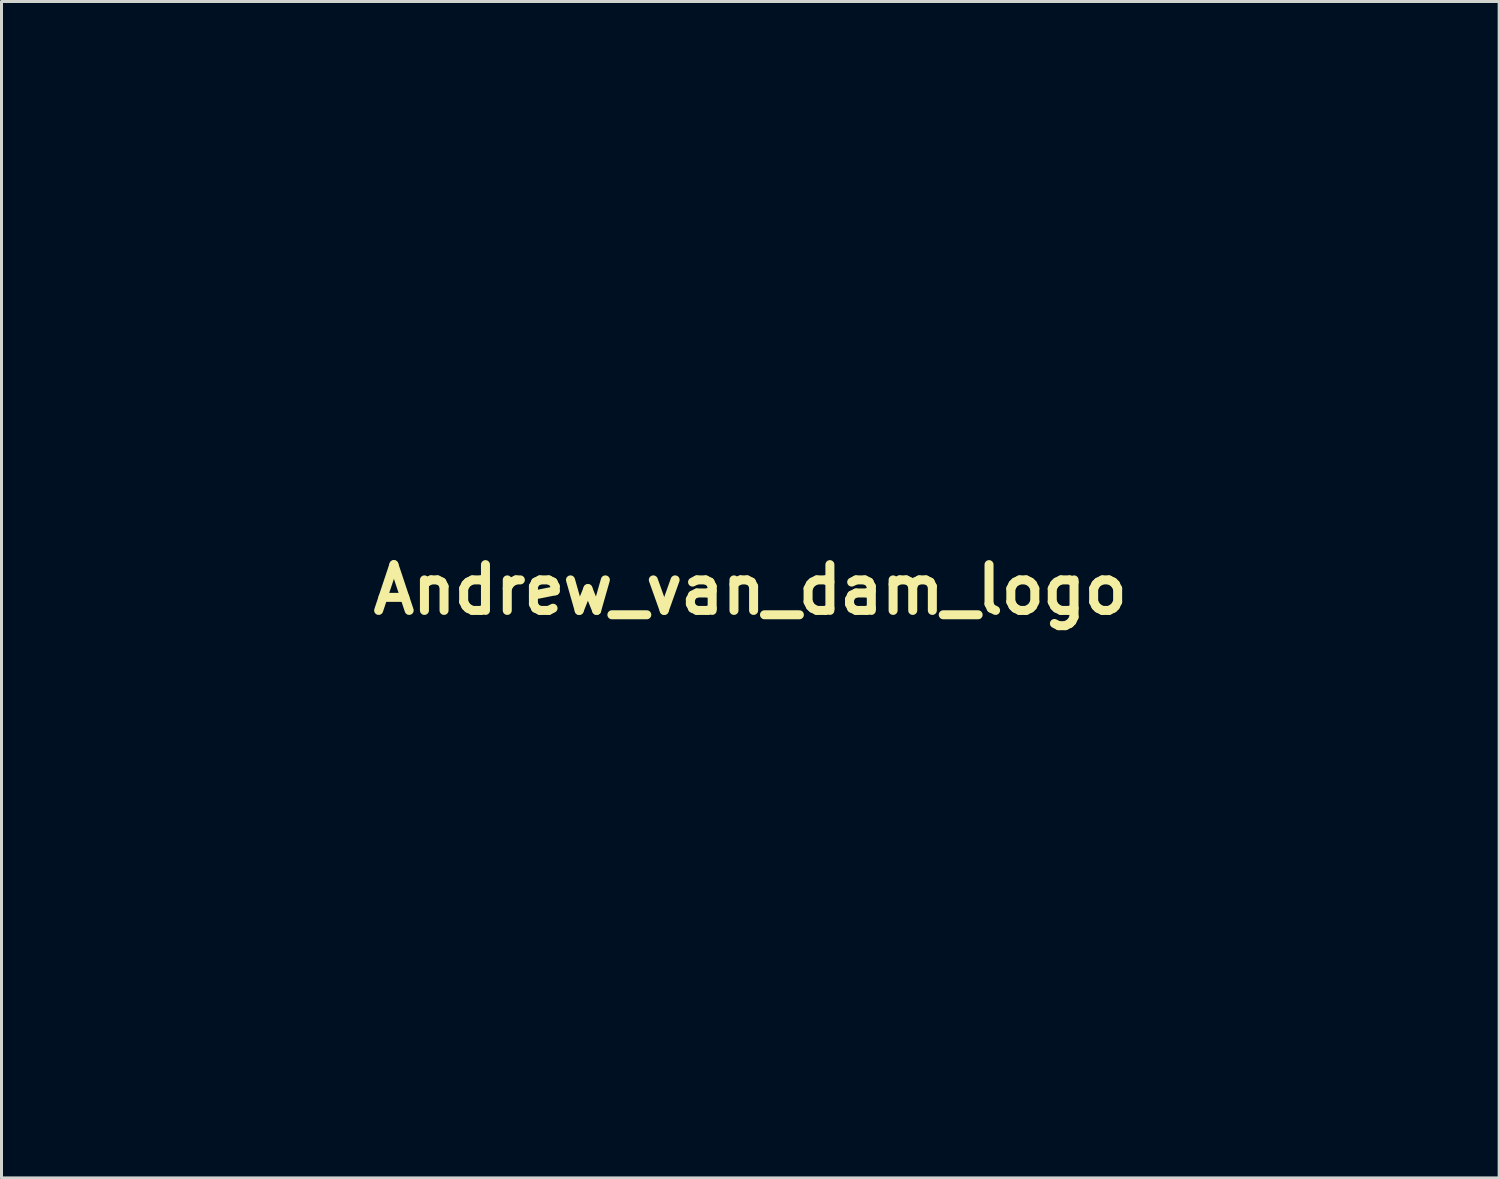
<source format=kicad_pcb>
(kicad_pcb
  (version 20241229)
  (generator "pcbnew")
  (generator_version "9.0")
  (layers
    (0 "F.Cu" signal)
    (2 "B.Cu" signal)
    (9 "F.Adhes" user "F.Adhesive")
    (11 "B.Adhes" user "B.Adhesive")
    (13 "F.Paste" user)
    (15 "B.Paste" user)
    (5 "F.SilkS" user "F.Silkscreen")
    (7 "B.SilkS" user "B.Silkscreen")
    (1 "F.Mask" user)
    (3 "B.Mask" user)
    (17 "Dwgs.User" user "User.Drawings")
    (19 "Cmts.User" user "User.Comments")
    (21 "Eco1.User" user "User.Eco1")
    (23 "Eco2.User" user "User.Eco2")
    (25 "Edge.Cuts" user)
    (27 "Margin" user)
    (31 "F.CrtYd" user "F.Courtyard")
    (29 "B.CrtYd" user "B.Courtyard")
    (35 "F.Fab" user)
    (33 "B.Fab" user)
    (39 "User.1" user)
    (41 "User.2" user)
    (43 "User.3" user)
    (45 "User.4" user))
  (footprint "Andrew_van_dam_logo"
    (layer "F.Cu")
    (at 21.929 16.582)
    (property "Reference" "Andrew_van_dam_logo" (at 0 0 0) (layer "F.SilkS") (effects (font (size 1.524 1.524) (thickness 0.3))))
    (attr through_hole)
    (fp_poly (pts (xy 6.009 -14.044) (xy 6.149 -13.57) (xy 6.149 -13.502) (xy 6.055 -13.013) (xy 5.662 -12.844) (xy 5.401 -12.834) (xy 4.676 -12.716) (xy 4.242 -12.306) (xy 4.042 -11.52) (xy 4.011 -10.775) (xy 4.036 -9.944) (xy 4.143 -9.518) (xy 4.381 -9.369) (xy 4.545 -9.358) (xy 4.992 -9.169) (xy 5.08 -8.823) (xy 5.026 -8.534) (xy 4.785 -8.372) (xy 4.238 -8.303) (xy 3.342 -8.288) (xy 2.402 -8.305) (xy 1.877 -8.379) (xy 1.651 -8.547) (xy 1.604 -8.823) (xy 1.793 -9.27) (xy 2.139 -9.358) (xy 2.42 -9.408) (xy 2.581 -9.636) (xy 2.655 -10.155) (xy 2.674 -11.08) (xy 2.674 -11.229) (xy 2.659 -12.213) (xy 2.594 -12.777) (xy 2.446 -13.034) (xy 2.182 -13.101) (xy 2.139 -13.101) (xy 1.692 -13.29) (xy 1.604 -13.636) (xy 1.694 -13.986) (xy 2.056 -14.14) (xy 2.674 -14.171) (xy 3.408 -14.108) (xy 3.717 -13.897) (xy 3.743 -13.754) (xy 3.791 -13.488) (xy 4.031 -13.55) (xy 4.337 -13.754) (xy 5.021 -14.076) (xy 5.541 -14.171) (xy 6.009 -14.044)) (stroke (width 0.01) (type solid)) (fill no) (layer "Eco2.User"))
    (fp_poly (pts (xy 10.427 -13.934) (xy 11.399 -13.29) (xy 12.046 -12.341) (xy 12.199 -11.831) (xy 12.366 -10.962) (xy 9.926 -10.962) (xy 8.693 -10.933) (xy 7.865 -10.849) (xy 7.499 -10.717) (xy 7.486 -10.683) (xy 7.703 -10.21) (xy 8.227 -9.686) (xy 8.874 -9.262) (xy 9.45 -9.091) (xy 10.137 -9.258) (xy 10.73 -9.6) (xy 11.323 -9.938) (xy 11.837 -9.854) (xy 11.846 -9.849) (xy 12.175 -9.576) (xy 12.033 -9.228) (xy 11.982 -9.164) (xy 11.397 -8.708) (xy 10.553 -8.299) (xy 9.722 -8.059) (xy 9.433 -8.038) (xy 8.819 -8.149) (xy 8.289 -8.321) (xy 7.206 -8.995) (xy 6.494 -9.946) (xy 6.204 -11.061) (xy 6.356 -12.019) (xy 7.635 -12.019) (xy 7.721 -11.855) (xy 8.116 -11.783) (xy 8.921 -11.765) (xy 9.215 -11.764) (xy 10.102 -11.792) (xy 10.729 -11.865) (xy 10.958 -11.965) (xy 10.701 -12.515) (xy 10.024 -13.036) (xy 9.977 -13.061) (xy 9.18 -13.21) (xy 8.375 -12.945) (xy 7.777 -12.341) (xy 7.761 -12.312) (xy 7.635 -12.019) (xy 6.356 -12.019) (xy 6.39 -12.23) (xy 6.422 -12.312) (xy 7.112 -13.365) (xy 8.116 -13.989) (xy 9.256 -14.171) (xy 10.427 -13.934)) (stroke (width 0.01) (type solid)) (fill no) (layer "Eco2.User"))
    (fp_poly (pts (xy -6.718 -1.794) (xy -5.83 -1.61) (xy -5.261 -1.235) (xy -4.947 -0.571) (xy -4.823 0.479) (xy -4.813 1.089) (xy -4.794 2.058) (xy -4.715 2.619) (xy -4.538 2.901) (xy -4.255 3.025) (xy -3.821 3.307) (xy -3.797 3.709) (xy -4.133 4.072) (xy -4.631 4.23) (xy -5.313 4.192) (xy -5.747 4.011) (xy -6.239 3.846) (xy -6.65 3.992) (xy -7.607 4.262) (xy -8.494 4.003) (xy -8.969 3.622) (xy -9.517 2.829) (xy -9.53 2.259) (xy -8.288 2.259) (xy -8.216 2.809) (xy -8.11 3.03) (xy -7.626 3.197) (xy -6.92 3.128) (xy -6.399 2.932) (xy -5.943 2.506) (xy -6.002 2.05) (xy -6.524 1.665) (xy -7.319 1.473) (xy -7.947 1.629) (xy -8.271 2.085) (xy -8.288 2.259) (xy -9.53 2.259) (xy -9.535 2.05) (xy -9.023 1.248) (xy -8.937 1.159) (xy -8.409 0.724) (xy -7.854 0.564) (xy -7.05 0.605) (xy -6.318 0.664) (xy -5.984 0.59) (xy -5.918 0.336) (xy -5.934 0.197) (xy -6.238 -0.47) (xy -6.887 -0.729) (xy -7.878 -0.58) (xy -7.999 -0.542) (xy -8.842 -0.337) (xy -9.254 -0.402) (xy -9.216 -0.716) (xy -8.707 -1.255) (xy -8.098 -1.686) (xy -7.476 -1.836) (xy -6.718 -1.794)) (stroke (width 0.01) (type solid)) (fill no) (layer "Eco2.User"))
    (fp_poly (pts (xy -6.539 8.349) (xy -5.294 8.549) (xy -4.396 8.929) (xy -3.758 9.524) (xy -3.298 10.358) (xy -3.024 11.482) (xy -3.004 12.762) (xy -3.222 13.98) (xy -3.656 14.917) (xy -4.257 15.562) (xy -5.012 16.012) (xy -6.027 16.304) (xy -7.41 16.474) (xy -8.355 16.528) (xy -9.551 16.573) (xy -10.311 16.574) (xy -10.733 16.513) (xy -10.918 16.372) (xy -10.961 16.136) (xy -10.962 16.073) (xy -10.789 15.606) (xy -10.427 15.507) (xy -10.198 15.475) (xy -10.045 15.317) (xy -9.954 14.942) (xy -9.909 14.262) (xy -9.894 13.184) (xy -9.893 12.433) (xy -9.898 11.112) (xy -9.926 10.235) (xy -9.991 9.712) (xy -10.109 9.452) (xy -10.297 9.365) (xy -10.427 9.358) (xy -8.556 9.358) (xy -8.556 15.568) (xy -7.286 15.383) (xy -6.382 15.188) (xy -5.609 14.915) (xy -5.402 14.804) (xy -4.694 14.041) (xy -4.356 12.92) (xy -4.362 11.773) (xy -4.682 10.602) (xy -5.356 9.825) (xy -6.402 9.424) (xy -7.234 9.358) (xy -8.556 9.358) (xy -10.427 9.358) (xy -10.874 9.169) (xy -10.962 8.823) (xy -10.926 8.582) (xy -10.755 8.427) (xy -10.352 8.339) (xy -9.623 8.299) (xy -8.471 8.289) (xy -8.222 8.289) (xy -6.539 8.349)) (stroke (width 0.01) (type solid)) (fill no) (layer "Eco2.User"))
    (fp_poly (pts (xy -9.529 -4.257) (xy -9.044 -4.17) (xy -8.85 -3.976) (xy -8.823 -3.763) (xy -9.023 -3.297) (xy -9.275 -3.161) (xy -9.566 -2.894) (xy -9.968 -2.172) (xy -10.493 -0.973) (xy -11.08 0.535) (xy -11.634 1.984) (xy -12.056 3.001) (xy -12.386 3.661) (xy -12.662 4.037) (xy -12.923 4.204) (xy -13.034 4.23) (xy -13.54 4.151) (xy -13.878 3.66) (xy -13.916 3.561) (xy -14.688 1.511) (xy -15.305 -0.088) (xy -15.792 -1.287) (xy -16.171 -2.14) (xy -16.465 -2.698) (xy -16.699 -3.016) (xy -16.896 -3.144) (xy -16.9 -3.146) (xy -17.302 -3.481) (xy -17.379 -3.774) (xy -17.311 -4.057) (xy -17.028 -4.209) (xy -16.408 -4.27) (xy -15.775 -4.278) (xy -14.879 -4.258) (xy -14.395 -4.173) (xy -14.2 -3.98) (xy -14.171 -3.743) (xy -14.338 -3.308) (xy -14.572 -3.208) (xy -14.801 -3.189) (xy -14.916 -3.076) (xy -14.898 -2.785) (xy -14.732 -2.233) (xy -14.402 -1.334) (xy -13.996 -0.281) (xy -13.018 2.246) (xy -12.141 -0.013) (xy -11.64 -1.359) (xy -11.355 -2.285) (xy -11.276 -2.858) (xy -11.392 -3.144) (xy -11.631 -3.208) (xy -11.957 -3.431) (xy -12.032 -3.743) (xy -11.973 -4.042) (xy -11.716 -4.203) (xy -11.138 -4.268) (xy -10.427 -4.278) (xy -9.529 -4.257)) (stroke (width 0.01) (type solid)) (fill no) (layer "Eco2.User"))
    (fp_poly (pts (xy 1.626 -1.55) (xy 2.17 -1.075) (xy 2.236 -0.934) (xy 2.326 -0.441) (xy 2.388 0.389) (xy 2.406 1.194) (xy 2.427 2.129) (xy 2.516 2.662) (xy 2.714 2.925) (xy 2.964 3.025) (xy 3.398 3.33) (xy 3.429 3.657) (xy 3.226 3.989) (xy 2.701 4.129) (xy 2.269 4.144) (xy 1.203 4.144) (xy 1.126 1.805) (xy 1.049 -0.535) (xy 0.31 -0.535) (xy -0.41 -0.416) (xy -0.841 -0.002) (xy -1.039 0.79) (xy -1.069 1.524) (xy -1.031 2.393) (xy -0.896 2.831) (xy -0.668 2.941) (xy -0.346 3.173) (xy -0.267 3.609) (xy -0.305 3.991) (xy -0.506 4.191) (xy -1 4.267) (xy -1.746 4.278) (xy -2.725 4.223) (xy -3.251 4.046) (xy -3.374 3.89) (xy -3.384 3.316) (xy -3.008 2.973) (xy -2.792 2.941) (xy -2.571 2.809) (xy -2.45 2.35) (xy -2.407 1.47) (xy -2.406 1.234) (xy -2.428 0.288) (xy -2.517 -0.253) (xy -2.711 -0.518) (xy -2.941 -0.612) (xy -3.376 -0.905) (xy -3.476 -1.178) (xy -3.342 -1.454) (xy -2.867 -1.582) (xy -2.273 -1.604) (xy -1.555 -1.554) (xy -1.125 -1.426) (xy -1.069 -1.35) (xy -0.856 -1.278) (xy -0.325 -1.413) (xy -0.146 -1.482) (xy 0.806 -1.697) (xy 1.626 -1.55)) (stroke (width 0.01) (type solid)) (fill no) (layer "Eco2.User"))
    (fp_poly (pts (xy 1.603 10.663) (xy 2.209 10.889) (xy 2.609 11.209) (xy 2.86 11.736) (xy 3.021 12.582) (xy 3.133 13.703) (xy 3.265 14.773) (xy 3.446 15.357) (xy 3.648 15.507) (xy 3.942 15.73) (xy 4.011 16.042) (xy 3.904 16.413) (xy 3.489 16.561) (xy 3.091 16.577) (xy 2.424 16.506) (xy 2.023 16.332) (xy 2.005 16.309) (xy 1.65 16.186) (xy 1.338 16.309) (xy 0.336 16.568) (xy -0.651 16.329) (xy -1.241 15.895) (xy -1.708 15.293) (xy -1.777 14.779) (xy -0.488 14.779) (xy -0.255 15.301) (xy -0.141 15.401) (xy 0.446 15.58) (xy 1.114 15.467) (xy 1.658 15.137) (xy 1.872 14.684) (xy 1.636 14.246) (xy 1.044 13.969) (xy 0.263 13.923) (xy 0.091 13.949) (xy -0.361 14.253) (xy -0.488 14.779) (xy -1.777 14.779) (xy -1.786 14.712) (xy -1.742 14.493) (xy -1.51 13.833) (xy -1.288 13.444) (xy -0.736 13.109) (xy 0.079 12.934) (xy 0.902 12.955) (xy 1.309 13.086) (xy 1.721 13.245) (xy 1.86 13.019) (xy 1.872 12.704) (xy 1.652 12.033) (xy 1.103 11.647) (xy 0.387 11.619) (xy -0.056 11.808) (xy -0.656 12.05) (xy -1.203 12.071) (xy -1.525 11.884) (xy -1.538 11.675) (xy -1.255 11.37) (xy -0.665 10.986) (xy -0.427 10.861) (xy 0.342 10.549) (xy 0.993 10.517) (xy 1.603 10.663)) (stroke (width 0.01) (type solid)) (fill no) (layer "Eco2.User"))
    (fp_poly (pts (xy 0.267 -12.967) (xy 0.272 -11.517) (xy 0.293 -10.518) (xy 0.343 -9.886) (xy 0.434 -9.538) (xy 0.58 -9.39) (xy 0.792 -9.358) (xy 0.802 -9.358) (xy 1.249 -9.169) (xy 1.337 -8.823) (xy 1.258 -8.489) (xy 0.931 -8.331) (xy 0.22 -8.289) (xy 0.134 -8.288) (xy -0.584 -8.343) (xy -1.014 -8.482) (xy -1.069 -8.565) (xy -1.233 -8.705) (xy -1.587 -8.565) (xy -2.602 -8.279) (xy -3.702 -8.361) (xy -4.66 -8.782) (xy -4.903 -8.987) (xy -5.582 -10.007) (xy -5.781 -11.021) (xy -4.533 -11.021) (xy -4.241 -10.127) (xy -4.129 -9.952) (xy -3.513 -9.489) (xy -2.687 -9.362) (xy -1.867 -9.584) (xy -1.558 -9.8) (xy -1.157 -10.471) (xy -1.056 -11.33) (xy -1.247 -12.155) (xy -1.664 -12.685) (xy -2.53 -13.042) (xy -3.335 -12.959) (xy -3.995 -12.531) (xy -4.422 -11.854) (xy -4.533 -11.021) (xy -5.781 -11.021) (xy -5.809 -11.164) (xy -5.593 -12.32) (xy -4.943 -13.339) (xy -4.607 -13.645) (xy -3.726 -14.051) (xy -2.661 -14.158) (xy -1.685 -13.943) (xy -1.587 -13.894) (xy -1.243 -13.767) (xy -1.099 -13.962) (xy -1.069 -14.562) (xy -1.128 -15.211) (xy -1.357 -15.475) (xy -1.604 -15.507) (xy -2.051 -15.696) (xy -2.139 -16.042) (xy -2.06 -16.376) (xy -1.733 -16.534) (xy -1.022 -16.577) (xy -0.936 -16.577) (xy 0.267 -16.577) (xy 0.267 -12.967)) (stroke (width 0.01) (type solid)) (fill no) (layer "Eco2.User"))
    (fp_poly (pts (xy 6.284 10.756) (xy 6.657 10.909) (xy 6.684 10.972) (xy 6.848 11.112) (xy 7.201 10.972) (xy 8.006 10.732) (xy 8.883 10.739) (xy 9.586 10.983) (xy 9.707 11.082) (xy 10.072 11.331) (xy 10.459 11.19) (xy 10.595 11.091) (xy 11.197 10.832) (xy 11.999 10.705) (xy 12.089 10.703) (xy 12.779 10.779) (xy 13.234 11.076) (xy 13.499 11.678) (xy 13.617 12.669) (xy 13.636 13.618) (xy 13.65 14.607) (xy 13.714 15.176) (xy 13.86 15.438) (xy 14.12 15.507) (xy 14.171 15.507) (xy 14.617 15.696) (xy 14.705 16.042) (xy 14.616 16.392) (xy 14.253 16.547) (xy 13.636 16.577) (xy 12.566 16.577) (xy 12.566 14.593) (xy 12.541 13.308) (xy 12.448 12.47) (xy 12.262 11.992) (xy 11.956 11.79) (xy 11.718 11.764) (xy 10.922 11.877) (xy 10.439 12.27) (xy 10.207 13.03) (xy 10.16 13.913) (xy 10.18 14.805) (xy 10.266 15.287) (xy 10.461 15.479) (xy 10.695 15.507) (xy 11.142 15.696) (xy 11.229 16.042) (xy 11.14 16.392) (xy 10.777 16.547) (xy 10.16 16.577) (xy 9.091 16.577) (xy 9.087 14.772) (xy 9.051 13.409) (xy 8.935 12.504) (xy 8.719 11.984) (xy 8.382 11.777) (xy 8.24 11.764) (xy 7.445 11.877) (xy 6.962 12.271) (xy 6.73 13.032) (xy 6.684 13.913) (xy 6.704 14.805) (xy 6.791 15.287) (xy 6.985 15.479) (xy 7.219 15.507) (xy 7.666 15.696) (xy 7.754 16.042) (xy 7.695 16.341) (xy 7.438 16.502) (xy 6.86 16.567) (xy 6.149 16.577) (xy 5.253 16.557) (xy 4.769 16.472) (xy 4.575 16.279) (xy 4.545 16.042) (xy 4.712 15.607) (xy 4.946 15.507) (xy 5.164 15.397) (xy 5.289 15.002) (xy 5.342 14.222) (xy 5.347 13.636) (xy 5.324 12.619) (xy 5.239 12.037) (xy 5.072 11.791) (xy 4.946 11.764) (xy 4.62 11.541) (xy 4.545 11.229) (xy 4.635 10.88) (xy 4.997 10.725) (xy 5.615 10.695) (xy 6.284 10.756)) (stroke (width 0.01) (type solid)) (fill no) (layer "Eco2.User"))
    (fp_poly (pts (xy 21.389 -14.142) (xy 21.789 -14.023) (xy 21.918 -13.759) (xy 21.924 -13.636) (xy 21.761 -13.202) (xy 21.532 -13.101) (xy 21.235 -12.837) (xy 20.86 -12.047) (xy 20.41 -10.734) (xy 20.396 -10.688) (xy 20.038 -9.564) (xy 19.772 -8.86) (xy 19.54 -8.486) (xy 19.288 -8.347) (xy 18.991 -8.349) (xy 18.621 -8.456) (xy 18.337 -8.756) (xy 18.068 -9.361) (xy 17.772 -10.285) (xy 17.485 -11.146) (xy 17.237 -11.721) (xy 17.075 -11.904) (xy 17.059 -11.889) (xy 16.91 -11.511) (xy 16.677 -10.783) (xy 16.437 -9.959) (xy 16.155 -9.04) (xy 15.907 -8.532) (xy 15.618 -8.32) (xy 15.354 -8.288) (xy 14.825 -8.365) (xy 14.622 -8.489) (xy 14.497 -8.824) (xy 14.269 -9.537) (xy 13.979 -10.491) (xy 13.891 -10.788) (xy 13.564 -11.779) (xy 13.24 -12.554) (xy 12.977 -12.982) (xy 12.921 -13.022) (xy 12.622 -13.371) (xy 12.566 -13.664) (xy 12.655 -13.982) (xy 13.01 -14.133) (xy 13.763 -14.171) (xy 13.769 -14.171) (xy 14.521 -14.136) (xy 14.877 -13.99) (xy 14.972 -13.674) (xy 14.973 -13.636) (xy 14.816 -13.202) (xy 14.598 -13.101) (xy 14.394 -13.03) (xy 14.369 -12.736) (xy 14.523 -12.095) (xy 14.6 -11.831) (xy 14.918 -10.797) (xy 15.143 -10.255) (xy 15.328 -10.186) (xy 15.528 -10.567) (xy 15.791 -11.363) (xy 16.03 -12.261) (xy 16.105 -12.864) (xy 16.035 -13.056) (xy 15.818 -13.362) (xy 15.775 -13.658) (xy 15.852 -13.967) (xy 16.171 -14.12) (xy 16.86 -14.169) (xy 17.112 -14.171) (xy 17.916 -14.141) (xy 18.318 -14.019) (xy 18.444 -13.754) (xy 18.448 -13.658) (xy 18.346 -13.19) (xy 18.221 -13.056) (xy 18.168 -12.781) (xy 18.251 -12.184) (xy 18.425 -11.446) (xy 18.643 -10.748) (xy 18.857 -10.268) (xy 18.975 -10.16) (xy 19.161 -10.391) (xy 19.402 -10.971) (xy 19.495 -11.257) (xy 19.734 -12.032) (xy 19.928 -12.622) (xy 19.967 -12.728) (xy 19.898 -13.048) (xy 19.68 -13.101) (xy 19.323 -13.324) (xy 19.251 -13.636) (xy 19.321 -13.957) (xy 19.62 -14.116) (xy 20.278 -14.168) (xy 20.587 -14.171) (xy 21.389 -14.142)) (stroke (width 0.01) (type solid)) (fill no) (layer "Eco2.User"))
    (fp_poly (pts (xy -16.581 -16.566) (xy -15.942 -16.514) (xy -15.623 -16.396) (xy -15.515 -16.183) (xy -15.507 -16.042) (xy -15.687 -15.597) (xy -15.937 -15.507) (xy -16.244 -15.347) (xy -16.242 -15.173) (xy -16.103 -14.796) (xy -15.824 -14.036) (xy -15.449 -13.012) (xy -15.114 -12.098) (xy -14.111 -9.358) (xy -12.032 -9.358) (xy -12.032 -11.229) (xy -12.045 -12.211) (xy -12.109 -12.774) (xy -12.256 -13.032) (xy -12.522 -13.1) (xy -12.586 -13.101) (xy -13.012 -13.245) (xy -13.052 -13.569) (xy -12.749 -13.916) (xy -12.14 -14.114) (xy -11.441 -14.13) (xy -10.866 -13.933) (xy -10.828 -13.903) (xy -10.37 -13.734) (xy -9.896 -13.901) (xy -9.017 -14.14) (xy -8.194 -13.975) (xy -7.605 -13.445) (xy -7.563 -13.368) (xy -7.381 -12.742) (xy -7.257 -11.812) (xy -7.223 -11.029) (xy -7.192 -10.075) (xy -7.088 -9.554) (xy -6.887 -9.365) (xy -6.818 -9.358) (xy -6.491 -9.135) (xy -6.417 -8.823) (xy -6.507 -8.473) (xy -6.869 -8.319) (xy -7.486 -8.288) (xy -8.556 -8.288) (xy -8.556 -10.569) (xy -8.583 -11.809) (xy -8.695 -12.586) (xy -8.936 -12.972) (xy -9.349 -13.037) (xy -9.979 -12.852) (xy -9.98 -12.851) (xy -10.378 -12.657) (xy -10.593 -12.362) (xy -10.679 -11.819) (xy -10.695 -10.969) (xy -10.664 -10.035) (xy -10.556 -9.533) (xy -10.344 -9.361) (xy -10.294 -9.358) (xy -9.967 -9.135) (xy -9.893 -8.823) (xy -9.923 -8.601) (xy -10.072 -8.451) (xy -10.427 -8.358) (xy -11.075 -8.31) (xy -12.101 -8.291) (xy -13.235 -8.288) (xy -14.622 -8.293) (xy -15.561 -8.317) (xy -16.139 -8.374) (xy -16.443 -8.478) (xy -16.56 -8.642) (xy -16.577 -8.823) (xy -16.388 -9.27) (xy -16.042 -9.358) (xy -15.664 -9.372) (xy -15.541 -9.511) (xy -15.639 -9.92) (xy -15.801 -10.387) (xy -16.006 -10.873) (xy -16.288 -11.124) (xy -16.81 -11.217) (xy -17.545 -11.229) (xy -18.401 -11.204) (xy -18.88 -11.084) (xy -19.141 -10.807) (xy -19.257 -10.544) (xy -19.484 -9.816) (xy -19.439 -9.454) (xy -19.117 -9.358) (xy -18.79 -9.135) (xy -18.716 -8.823) (xy -18.774 -8.524) (xy -19.031 -8.363) (xy -19.609 -8.298) (xy -20.32 -8.288) (xy -21.216 -8.308) (xy -21.7 -8.394) (xy -21.895 -8.586) (xy -21.924 -8.823) (xy -21.732 -9.274) (xy -21.426 -9.358) (xy -21.168 -9.463) (xy -20.891 -9.828) (xy -20.558 -10.524) (xy -20.13 -11.624) (xy -19.887 -12.299) (xy -18.681 -12.299) (xy -17.629 -12.299) (xy -16.882 -12.377) (xy -16.598 -12.602) (xy -16.598 -12.633) (xy -16.694 -13.063) (xy -16.916 -13.796) (xy -17.087 -14.299) (xy -17.555 -15.631) (xy -18.118 -13.965) (xy -18.681 -12.299) (xy -19.887 -12.299) (xy -19.863 -12.366) (xy -19.418 -13.642) (xy -19.141 -14.505) (xy -19.017 -15.044) (xy -19.03 -15.348) (xy -19.164 -15.506) (xy -19.292 -15.566) (xy -19.702 -15.907) (xy -19.785 -16.167) (xy -19.691 -16.377) (xy -19.342 -16.502) (xy -18.643 -16.563) (xy -17.646 -16.577) (xy -16.581 -16.566)) (stroke (width 0.01) (type solid)) (fill no) (layer "Eco2.User")))
  (gr_rect
    (start -3 -3)
    (end 46.858 36.164)
    (stroke (width 0.1) (type default))
    (fill no)
    (layer "Edge.Cuts")))
</source>
